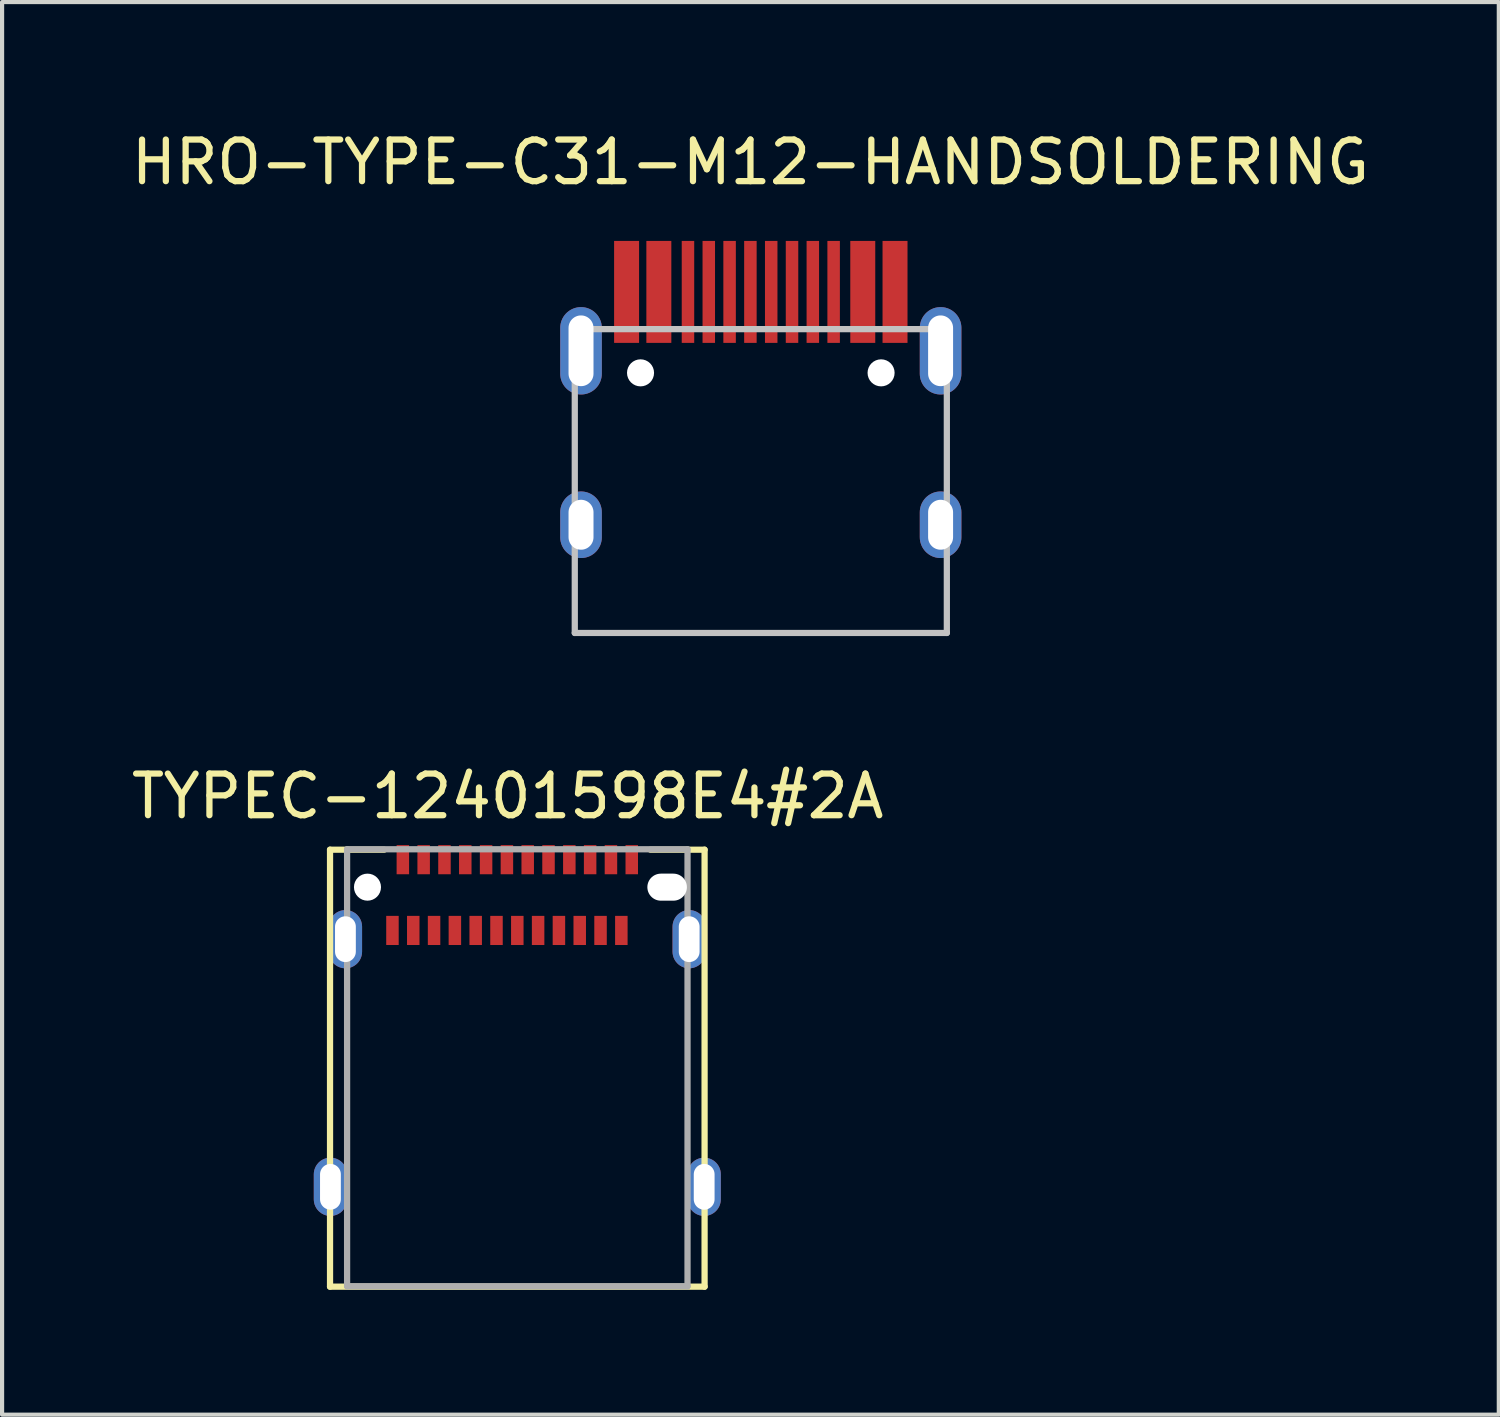
<source format=kicad_pcb>
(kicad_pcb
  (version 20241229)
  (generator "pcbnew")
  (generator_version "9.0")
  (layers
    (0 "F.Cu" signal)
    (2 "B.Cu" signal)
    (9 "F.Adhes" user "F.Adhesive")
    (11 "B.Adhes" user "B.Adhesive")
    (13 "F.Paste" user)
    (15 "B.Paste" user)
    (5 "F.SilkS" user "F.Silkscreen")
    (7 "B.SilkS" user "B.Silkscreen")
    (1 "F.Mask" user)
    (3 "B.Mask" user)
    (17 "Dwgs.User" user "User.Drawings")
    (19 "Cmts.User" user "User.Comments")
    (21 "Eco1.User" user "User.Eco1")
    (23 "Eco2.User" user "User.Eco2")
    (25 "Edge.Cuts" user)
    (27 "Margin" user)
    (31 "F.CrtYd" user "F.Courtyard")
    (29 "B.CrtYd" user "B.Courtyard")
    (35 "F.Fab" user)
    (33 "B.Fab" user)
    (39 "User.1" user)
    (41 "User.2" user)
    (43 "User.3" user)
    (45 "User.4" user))
  (footprint "TYPEC-12401598E4#2A"
    (layer "F.Cu")
    (at 9.052 21.366)
    (property "Reference" "TYPEC-12401598E4#2A" (at 0.097 -5.283 0) (layer "F.SilkS") (effects (font (size 1 1) (thickness 0.15))))
    (attr through_hole)
    (fp_line (start -4.172 -3.999) (end -4.172 6.501) (stroke (width 0.15) (type solid)) (layer "F.SilkS"))
    (fp_line (start -4.172 -3.999) (end -2.872 -3.999) (stroke (width 0.15) (type solid)) (layer "F.SilkS"))
    (fp_line (start -4.172 6.501) (end 4.828 6.501) (stroke (width 0.15) (type solid)) (layer "F.SilkS"))
    (fp_line (start 4.828 -3.999) (end 3.528 -3.999) (stroke (width 0.15) (type solid)) (layer "F.SilkS"))
    (fp_line (start 4.828 6.501) (end 4.828 -3.999) (stroke (width 0.15) (type solid)) (layer "F.SilkS"))
    (fp_line (start -3.762 -4.009) (end 4.418 -4.009) (stroke (width 0.15) (type solid)) (layer "F.Fab"))
    (fp_line (start -3.762 6.491) (end -3.762 -4.009) (stroke (width 0.15) (type solid)) (layer "F.Fab"))
    (fp_line (start -3.762 6.491) (end 4.418 6.491) (stroke (width 0.15) (type solid)) (layer "F.Fab"))
    (fp_line (start 4.418 6.491) (end 4.418 -4.009) (stroke (width 0.15) (type solid)) (layer "F.Fab"))
    (pad "" np_thru_hole circle (at -3.272 -3.099) (size 0.65 0.65) (drill 0.65) (layers "*.Cu" "*.Mask"))
    (pad "" np_thru_hole oval (at 3.928 -3.099) (size 0.95 0.65) (drill oval 0.95 0.65) (layers "*.Cu" "*.Mask"))
    (pad "A1" smd rect (at -2.422 -3.759) (size 0.3 0.7) (layers "F.Cu" "F.Mask" "F.Paste"))
    (pad "A2" smd rect (at -1.922 -3.759) (size 0.3 0.7) (layers "F.Cu" "F.Mask" "F.Paste"))
    (pad "A3" smd rect (at -1.422 -3.759) (size 0.3 0.7) (layers "F.Cu" "F.Mask" "F.Paste"))
    (pad "A4" smd rect (at -0.922 -3.759) (size 0.3 0.7) (layers "F.Cu" "F.Mask" "F.Paste"))
    (pad "A5" smd rect (at -0.422 -3.759) (size 0.3 0.7) (layers "F.Cu" "F.Mask" "F.Paste"))
    (pad "A6" smd rect (at 0.078 -3.759) (size 0.3 0.7) (layers "F.Cu" "F.Mask" "F.Paste"))
    (pad "A7" smd rect (at 0.578 -3.759) (size 0.3 0.7) (layers "F.Cu" "F.Mask" "F.Paste"))
    (pad "A8" smd rect (at 1.078 -3.759) (size 0.3 0.7) (layers "F.Cu" "F.Mask" "F.Paste"))
    (pad "A9" smd rect (at 1.578 -3.759) (size 0.3 0.7) (layers "F.Cu" "F.Mask" "F.Paste"))
    (pad "A10" smd rect (at 2.078 -3.759) (size 0.3 0.7) (layers "F.Cu" "F.Mask" "F.Paste"))
    (pad "A11" smd rect (at 2.578 -3.759) (size 0.3 0.7) (layers "F.Cu" "F.Mask" "F.Paste"))
    (pad "A12" smd rect (at 3.078 -3.759) (size 0.3 0.7) (layers "F.Cu" "F.Mask" "F.Paste"))
    (pad "B1" smd rect (at 2.828 -2.059) (size 0.3 0.7) (layers "F.Cu" "F.Mask" "F.Paste"))
    (pad "B2" smd rect (at 2.328 -2.059) (size 0.3 0.7) (layers "F.Cu" "F.Mask" "F.Paste"))
    (pad "B3" smd rect (at 1.828 -2.059) (size 0.3 0.7) (layers "F.Cu" "F.Mask" "F.Paste"))
    (pad "B4" smd rect (at 1.328 -2.059) (size 0.3 0.7) (layers "F.Cu" "F.Mask" "F.Paste"))
    (pad "B5" smd rect (at 0.828 -2.059) (size 0.3 0.7) (layers "F.Cu" "F.Mask" "F.Paste"))
    (pad "B6" smd rect (at 0.328 -2.059) (size 0.3 0.7) (layers "F.Cu" "F.Mask" "F.Paste"))
    (pad "B7" smd rect (at -0.172 -2.059) (size 0.3 0.7) (layers "F.Cu" "F.Mask" "F.Paste"))
    (pad "B8" smd rect (at -0.672 -2.059) (size 0.3 0.7) (layers "F.Cu" "F.Mask" "F.Paste"))
    (pad "B9" smd rect (at -1.172 -2.059) (size 0.3 0.7) (layers "F.Cu" "F.Mask" "F.Paste"))
    (pad "B10" smd rect (at -1.672 -2.059) (size 0.3 0.7) (layers "F.Cu" "F.Mask" "F.Paste"))
    (pad "B11" smd rect (at -2.172 -2.059) (size 0.3 0.7) (layers "F.Cu" "F.Mask" "F.Paste"))
    (pad "B12" smd rect (at -2.672 -2.059) (size 0.3 0.7) (layers "F.Cu" "F.Mask" "F.Paste"))
    (pad "S1" thru_hole oval (at -3.802 -1.849) (size 0.8 1.4) (drill oval 0.5 1.1) (layers "*.Cu" "B.Mask"))
    (pad "S2" thru_hole oval (at 4.458 -1.849) (size 0.8 1.4) (drill oval 0.5 1.1) (layers "*.Cu" "B.Mask"))
    (pad "S3" thru_hole oval (at -4.162 4.101) (size 0.8 1.4) (drill oval 0.5 1.1) (layers "*.Cu" "B.Mask"))
    (pad "S4" thru_hole oval (at 4.818 4.101) (size 0.8 1.4) (drill oval 0.5 1.1) (layers "*.Cu" "B.Mask")))
  (footprint "HRO-TYPE-C31-M12-HANDSOLDERING"
    (layer "F.Cu")
    (at 15.5 9.18)
    (property "Reference" "HRO-TYPE-C31-M12-HANDSOLDERING" (at -0.518 -8.332 0) (layer "F.SilkS") (effects (font (size 1 1) (thickness 0.15))))
    (attr through_hole)
    (fp_line (start -4.739 -4.321) (end 4.201 -4.321) (stroke (width 0.15) (type solid)) (layer "Dwgs.User"))
    (fp_line (start -4.739 2.979) (end -4.739 -4.321) (stroke (width 0.15) (type solid)) (layer "Dwgs.User"))
    (fp_line (start -4.739 2.979) (end 4.201 2.979) (stroke (width 0.15) (type solid)) (layer "Dwgs.User"))
    (fp_line (start 4.201 2.979) (end 4.201 -4.321) (stroke (width 0.15) (type solid)) (layer "Dwgs.User"))
    (pad "" np_thru_hole circle (at -3.159 -3.271) (size 0.65 0.65) (drill 0.65) (layers "*.Cu" "*.Mask"))
    (pad "" np_thru_hole circle (at 2.621 -3.271) (size 0.65 0.65) (drill 0.65) (layers "*.Cu" "*.Mask"))
    (pad "1" smd rect (at -3.494 -5.216) (size 0.6 2.45) (layers "F.Cu" "F.Mask" "F.Paste"))
    (pad "2" smd rect (at -2.719 -5.216) (size 0.6 2.45) (layers "F.Cu" "F.Mask" "F.Paste"))
    (pad "3" smd rect (at -2.019 -5.216) (size 0.3 2.45) (layers "F.Cu" "F.Mask" "F.Paste"))
    (pad "4" smd rect (at -1.519 -5.216) (size 0.3 2.45) (layers "F.Cu" "F.Mask" "F.Paste"))
    (pad "5" smd rect (at -1.019 -5.216) (size 0.3 2.45) (layers "F.Cu" "F.Mask" "F.Paste"))
    (pad "6" smd rect (at -0.519 -5.216) (size 0.3 2.45) (layers "F.Cu" "F.Mask" "F.Paste"))
    (pad "7" smd rect (at -0.019 -5.216) (size 0.3 2.45) (layers "F.Cu" "F.Mask" "F.Paste"))
    (pad "8" smd rect (at 0.481 -5.216) (size 0.3 2.45) (layers "F.Cu" "F.Mask" "F.Paste"))
    (pad "9" smd rect (at 0.981 -5.216) (size 0.3 2.45) (layers "F.Cu" "F.Mask" "F.Paste"))
    (pad "10" smd rect (at 1.481 -5.216) (size 0.3 2.45) (layers "F.Cu" "F.Mask" "F.Paste"))
    (pad "11" smd rect (at 2.181 -5.216) (size 0.6 2.45) (layers "F.Cu" "F.Mask" "F.Paste"))
    (pad "12" smd rect (at 2.956 -5.216) (size 0.6 2.45) (layers "F.Cu" "F.Mask" "F.Paste"))
    (pad "13" thru_hole oval (at -4.589 -3.801) (size 1 2.1) (drill oval 0.6 1.7) (layers "*.Cu" "B.Mask"))
    (pad "13" thru_hole oval (at -4.589 0.379) (size 1 1.6) (drill oval 0.6 1.2) (layers "*.Cu" "B.Mask"))
    (pad "13" thru_hole oval (at 4.051 -3.801) (size 1 2.1) (drill oval 0.6 1.7) (layers "*.Cu" "B.Mask"))
    (pad "13" thru_hole oval (at 4.051 0.379) (size 1 1.6) (drill oval 0.6 1.2) (layers "*.Cu" "B.Mask")))
  (gr_rect
    (start -3 -3)
    (end 32.964 30.942)
    (stroke (width 0.1) (type default))
    (fill no)
    (layer "Edge.Cuts")))
</source>
